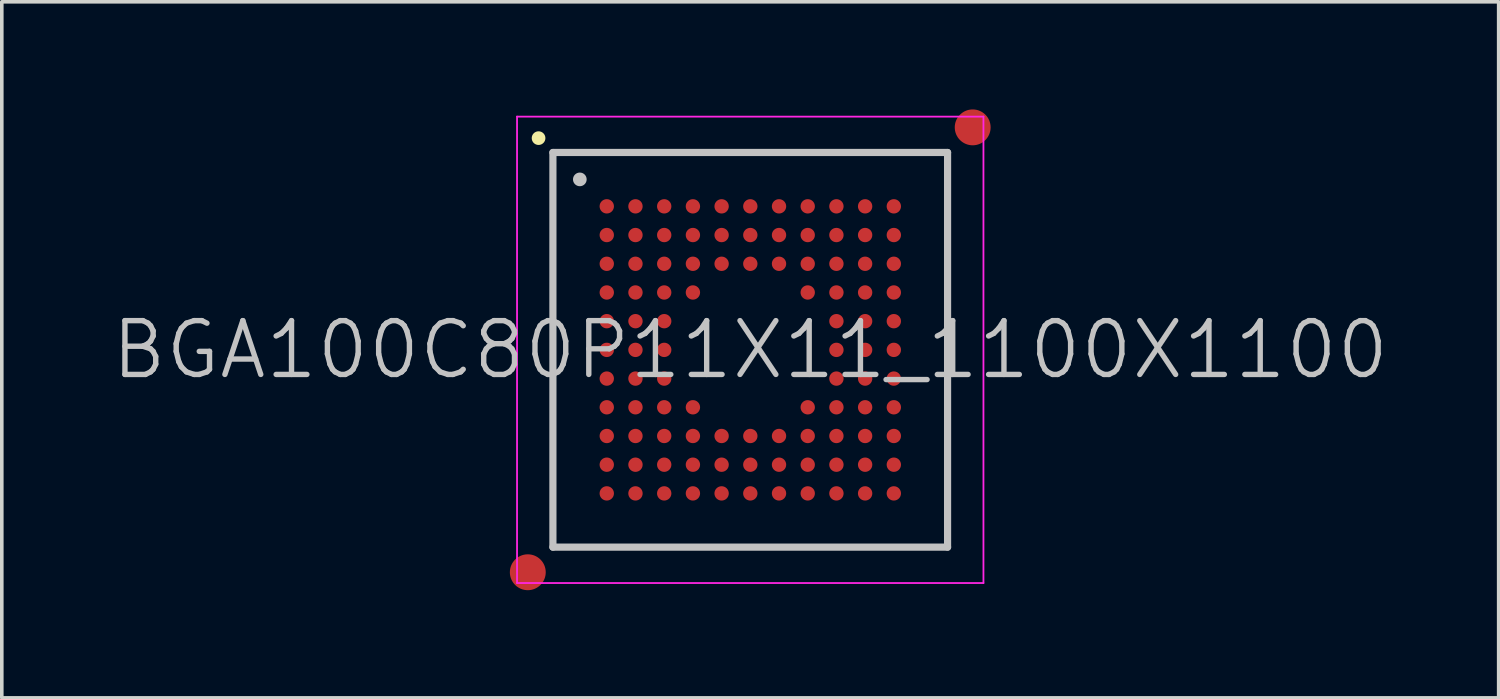
<source format=kicad_pcb>
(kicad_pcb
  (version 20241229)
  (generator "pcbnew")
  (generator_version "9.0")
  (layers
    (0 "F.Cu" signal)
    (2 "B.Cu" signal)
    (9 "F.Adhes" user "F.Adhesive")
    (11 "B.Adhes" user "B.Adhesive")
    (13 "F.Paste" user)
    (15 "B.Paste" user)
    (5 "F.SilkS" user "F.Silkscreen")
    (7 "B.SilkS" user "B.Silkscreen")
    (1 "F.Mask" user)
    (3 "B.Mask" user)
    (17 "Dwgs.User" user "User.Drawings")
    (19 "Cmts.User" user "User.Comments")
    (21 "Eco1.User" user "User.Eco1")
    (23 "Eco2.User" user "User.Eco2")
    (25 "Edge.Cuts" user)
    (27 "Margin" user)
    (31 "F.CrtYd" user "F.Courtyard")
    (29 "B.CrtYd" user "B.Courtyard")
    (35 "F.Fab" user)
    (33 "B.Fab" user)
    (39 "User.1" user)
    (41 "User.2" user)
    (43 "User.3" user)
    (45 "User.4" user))
  (footprint "BGA100C80P11X11_1100X1100"
    (layer "F.Cu")
    (at 17.861 6.7)
    (property "Reference" "BGA100C80P11X11_1100X1100" (at 0 0 0) (layer "Dwgs.User") (effects (font (size 1.5 1.5) (thickness 0.15))))
    (attr smd)
    (fp_line (start -5.9 -5.9) (end -5.9 -5.9) (stroke (width 0.381) (type solid)) (layer "F.SilkS"))
    (fp_line (start -5.5 -5.5) (end -5.5 5.5) (stroke (width 0.2) (type solid)) (layer "Dwgs.User"))
    (fp_line (start -5.5 -5.5) (end 5.5 -5.5) (stroke (width 0.2) (type solid)) (layer "Dwgs.User"))
    (fp_line (start -5.5 5.5) (end 5.5 5.5) (stroke (width 0.2) (type solid)) (layer "Dwgs.User"))
    (fp_line (start -4.75 -4.75) (end -4.75 -4.75) (stroke (width 0.381) (type solid)) (layer "Dwgs.User"))
    (fp_line (start 5.5 -5.5) (end 5.5 5.5) (stroke (width 0.2) (type solid)) (layer "Dwgs.User"))
    (fp_line (start -6.5 -6.5) (end -6.5 6.5) (stroke (width 0.05) (type solid)) (layer "F.CrtYd"))
    (fp_line (start -6.5 -6.5) (end 6.5 -6.5) (stroke (width 0.05) (type solid)) (layer "F.CrtYd"))
    (fp_line (start -6.5 6.5) (end 6.5 6.5) (stroke (width 0.05) (type solid)) (layer "F.CrtYd"))
    (fp_line (start 6.5 -6.5) (end 6.5 6.5) (stroke (width 0.05) (type solid)) (layer "F.CrtYd"))
    (pad "" smd circle (at -6.2 6.2) (size 1 1) (layers "F.Cu" "F.Mask"))
    (pad "" smd circle (at 6.2 -6.2) (size 1 1) (layers "F.Cu" "F.Mask"))
    (pad "A1" smd circle (at -3.999 -3.999) (size 0.4 0.4) (layers "F.Cu" "F.Mask" "F.Paste"))
    (pad "A2" smd circle (at -3.199 -3.999) (size 0.4 0.4) (layers "F.Cu" "F.Mask" "F.Paste"))
    (pad "A3" smd circle (at -2.398 -3.999) (size 0.4 0.4) (layers "F.Cu" "F.Mask" "F.Paste"))
    (pad "A4" smd circle (at -1.598 -3.999) (size 0.4 0.4) (layers "F.Cu" "F.Mask" "F.Paste"))
    (pad "A5" smd circle (at -0.798 -3.999) (size 0.4 0.4) (layers "F.Cu" "F.Mask" "F.Paste"))
    (pad "A6" smd circle (at 0.002 -3.999) (size 0.4 0.4) (layers "F.Cu" "F.Mask" "F.Paste"))
    (pad "A7" smd circle (at 0.802 -3.999) (size 0.4 0.4) (layers "F.Cu" "F.Mask" "F.Paste"))
    (pad "A8" smd circle (at 1.602 -3.999) (size 0.4 0.4) (layers "F.Cu" "F.Mask" "F.Paste"))
    (pad "A9" smd circle (at 2.402 -3.999) (size 0.4 0.4) (layers "F.Cu" "F.Mask" "F.Paste"))
    (pad "A10" smd circle (at 3.202 -3.999) (size 0.4 0.4) (layers "F.Cu" "F.Mask" "F.Paste"))
    (pad "A11" smd circle (at 4.002 -3.999) (size 0.4 0.4) (layers "F.Cu" "F.Mask" "F.Paste"))
    (pad "B1" smd circle (at -3.999 -3.199) (size 0.4 0.4) (layers "F.Cu" "F.Mask" "F.Paste"))
    (pad "B2" smd circle (at -3.199 -3.199) (size 0.4 0.4) (layers "F.Cu" "F.Mask" "F.Paste"))
    (pad "B3" smd circle (at -2.398 -3.199) (size 0.4 0.4) (layers "F.Cu" "F.Mask" "F.Paste"))
    (pad "B4" smd circle (at -1.598 -3.199) (size 0.4 0.4) (layers "F.Cu" "F.Mask" "F.Paste"))
    (pad "B5" smd circle (at -0.798 -3.199) (size 0.4 0.4) (layers "F.Cu" "F.Mask" "F.Paste"))
    (pad "B6" smd circle (at 0.002 -3.199) (size 0.4 0.4) (layers "F.Cu" "F.Mask" "F.Paste"))
    (pad "B7" smd circle (at 0.802 -3.199) (size 0.4 0.4) (layers "F.Cu" "F.Mask" "F.Paste"))
    (pad "B8" smd circle (at 1.602 -3.199) (size 0.4 0.4) (layers "F.Cu" "F.Mask" "F.Paste"))
    (pad "B9" smd circle (at 2.402 -3.199) (size 0.4 0.4) (layers "F.Cu" "F.Mask" "F.Paste"))
    (pad "B10" smd circle (at 3.202 -3.199) (size 0.4 0.4) (layers "F.Cu" "F.Mask" "F.Paste"))
    (pad "B11" smd circle (at 4.002 -3.199) (size 0.4 0.4) (layers "F.Cu" "F.Mask" "F.Paste"))
    (pad "C1" smd circle (at -3.999 -2.398) (size 0.4 0.4) (layers "F.Cu" "F.Mask" "F.Paste"))
    (pad "C2" smd circle (at -3.199 -2.398) (size 0.4 0.4) (layers "F.Cu" "F.Mask" "F.Paste"))
    (pad "C3" smd circle (at -2.398 -2.398) (size 0.4 0.4) (layers "F.Cu" "F.Mask" "F.Paste"))
    (pad "C4" smd circle (at -1.598 -2.398) (size 0.4 0.4) (layers "F.Cu" "F.Mask" "F.Paste"))
    (pad "C5" smd circle (at -0.798 -2.398) (size 0.4 0.4) (layers "F.Cu" "F.Mask" "F.Paste"))
    (pad "C6" smd circle (at 0.002 -2.398) (size 0.4 0.4) (layers "F.Cu" "F.Mask" "F.Paste"))
    (pad "C7" smd circle (at 0.802 -2.398) (size 0.4 0.4) (layers "F.Cu" "F.Mask" "F.Paste"))
    (pad "C8" smd circle (at 1.602 -2.398) (size 0.4 0.4) (layers "F.Cu" "F.Mask" "F.Paste"))
    (pad "C9" smd circle (at 2.402 -2.398) (size 0.4 0.4) (layers "F.Cu" "F.Mask" "F.Paste"))
    (pad "C10" smd circle (at 3.202 -2.398) (size 0.4 0.4) (layers "F.Cu" "F.Mask" "F.Paste"))
    (pad "C11" smd circle (at 4.002 -2.398) (size 0.4 0.4) (layers "F.Cu" "F.Mask" "F.Paste"))
    (pad "D1" smd circle (at -3.999 -1.598) (size 0.4 0.4) (layers "F.Cu" "F.Mask" "F.Paste"))
    (pad "D2" smd circle (at -3.199 -1.598) (size 0.4 0.4) (layers "F.Cu" "F.Mask" "F.Paste"))
    (pad "D3" smd circle (at -2.398 -1.598) (size 0.4 0.4) (layers "F.Cu" "F.Mask" "F.Paste"))
    (pad "D4" smd circle (at -1.598 -1.598) (size 0.4 0.4) (layers "F.Cu" "F.Mask" "F.Paste"))
    (pad "D8" smd circle (at 1.602 -1.598) (size 0.4 0.4) (layers "F.Cu" "F.Mask" "F.Paste"))
    (pad "D9" smd circle (at 2.402 -1.598) (size 0.4 0.4) (layers "F.Cu" "F.Mask" "F.Paste"))
    (pad "D10" smd circle (at 3.202 -1.598) (size 0.4 0.4) (layers "F.Cu" "F.Mask" "F.Paste"))
    (pad "D11" smd circle (at 4.002 -1.598) (size 0.4 0.4) (layers "F.Cu" "F.Mask" "F.Paste"))
    (pad "E1" smd circle (at -3.999 -0.798) (size 0.4 0.4) (layers "F.Cu" "F.Mask" "F.Paste"))
    (pad "E2" smd circle (at -3.199 -0.798) (size 0.4 0.4) (layers "F.Cu" "F.Mask" "F.Paste"))
    (pad "E3" smd circle (at -2.398 -0.798) (size 0.4 0.4) (layers "F.Cu" "F.Mask" "F.Paste"))
    (pad "E9" smd circle (at 2.402 -0.798) (size 0.4 0.4) (layers "F.Cu" "F.Mask" "F.Paste"))
    (pad "E10" smd circle (at 3.202 -0.798) (size 0.4 0.4) (layers "F.Cu" "F.Mask" "F.Paste"))
    (pad "E11" smd circle (at 4.002 -0.798) (size 0.4 0.4) (layers "F.Cu" "F.Mask" "F.Paste"))
    (pad "F1" smd circle (at -3.999 0.002) (size 0.4 0.4) (layers "F.Cu" "F.Mask" "F.Paste"))
    (pad "F2" smd circle (at -3.199 0.002) (size 0.4 0.4) (layers "F.Cu" "F.Mask" "F.Paste"))
    (pad "F3" smd circle (at -2.398 0.002) (size 0.4 0.4) (layers "F.Cu" "F.Mask" "F.Paste"))
    (pad "F9" smd circle (at 2.402 0.002) (size 0.4 0.4) (layers "F.Cu" "F.Mask" "F.Paste"))
    (pad "F10" smd circle (at 3.202 0.002) (size 0.4 0.4) (layers "F.Cu" "F.Mask" "F.Paste"))
    (pad "F11" smd circle (at 4.002 0.002) (size 0.4 0.4) (layers "F.Cu" "F.Mask" "F.Paste"))
    (pad "G1" smd circle (at -3.999 0.802) (size 0.4 0.4) (layers "F.Cu" "F.Mask" "F.Paste"))
    (pad "G2" smd circle (at -3.199 0.802) (size 0.4 0.4) (layers "F.Cu" "F.Mask" "F.Paste"))
    (pad "G3" smd circle (at -2.398 0.802) (size 0.4 0.4) (layers "F.Cu" "F.Mask" "F.Paste"))
    (pad "G9" smd circle (at 2.402 0.802) (size 0.4 0.4) (layers "F.Cu" "F.Mask" "F.Paste"))
    (pad "G10" smd circle (at 3.202 0.802) (size 0.4 0.4) (layers "F.Cu" "F.Mask" "F.Paste"))
    (pad "G11" smd circle (at 4.002 0.802) (size 0.4 0.4) (layers "F.Cu" "F.Mask" "F.Paste"))
    (pad "H1" smd circle (at -3.999 1.602) (size 0.4 0.4) (layers "F.Cu" "F.Mask" "F.Paste"))
    (pad "H2" smd circle (at -3.199 1.602) (size 0.4 0.4) (layers "F.Cu" "F.Mask" "F.Paste"))
    (pad "H3" smd circle (at -2.398 1.602) (size 0.4 0.4) (layers "F.Cu" "F.Mask" "F.Paste"))
    (pad "H4" smd circle (at -1.598 1.602) (size 0.4 0.4) (layers "F.Cu" "F.Mask" "F.Paste"))
    (pad "H8" smd circle (at 1.602 1.602) (size 0.4 0.4) (layers "F.Cu" "F.Mask" "F.Paste"))
    (pad "H9" smd circle (at 2.402 1.602) (size 0.4 0.4) (layers "F.Cu" "F.Mask" "F.Paste"))
    (pad "H10" smd circle (at 3.202 1.602) (size 0.4 0.4) (layers "F.Cu" "F.Mask" "F.Paste"))
    (pad "H11" smd circle (at 4.002 1.602) (size 0.4 0.4) (layers "F.Cu" "F.Mask" "F.Paste"))
    (pad "J1" smd circle (at -3.999 2.402) (size 0.4 0.4) (layers "F.Cu" "F.Mask" "F.Paste"))
    (pad "J2" smd circle (at -3.199 2.402) (size 0.4 0.4) (layers "F.Cu" "F.Mask" "F.Paste"))
    (pad "J3" smd circle (at -2.398 2.402) (size 0.4 0.4) (layers "F.Cu" "F.Mask" "F.Paste"))
    (pad "J4" smd circle (at -1.598 2.402) (size 0.4 0.4) (layers "F.Cu" "F.Mask" "F.Paste"))
    (pad "J5" smd circle (at -0.798 2.402) (size 0.4 0.4) (layers "F.Cu" "F.Mask" "F.Paste"))
    (pad "J6" smd circle (at 0.002 2.402) (size 0.4 0.4) (layers "F.Cu" "F.Mask" "F.Paste"))
    (pad "J7" smd circle (at 0.802 2.402) (size 0.4 0.4) (layers "F.Cu" "F.Mask" "F.Paste"))
    (pad "J8" smd circle (at 1.602 2.402) (size 0.4 0.4) (layers "F.Cu" "F.Mask" "F.Paste"))
    (pad "J9" smd circle (at 2.402 2.402) (size 0.4 0.4) (layers "F.Cu" "F.Mask" "F.Paste"))
    (pad "J10" smd circle (at 3.202 2.402) (size 0.4 0.4) (layers "F.Cu" "F.Mask" "F.Paste"))
    (pad "J11" smd circle (at 4.002 2.402) (size 0.4 0.4) (layers "F.Cu" "F.Mask" "F.Paste"))
    (pad "K1" smd circle (at -3.999 3.202) (size 0.4 0.4) (layers "F.Cu" "F.Mask" "F.Paste"))
    (pad "K2" smd circle (at -3.199 3.202) (size 0.4 0.4) (layers "F.Cu" "F.Mask" "F.Paste"))
    (pad "K3" smd circle (at -2.398 3.202) (size 0.4 0.4) (layers "F.Cu" "F.Mask" "F.Paste"))
    (pad "K4" smd circle (at -1.598 3.202) (size 0.4 0.4) (layers "F.Cu" "F.Mask" "F.Paste"))
    (pad "K5" smd circle (at -0.798 3.202) (size 0.4 0.4) (layers "F.Cu" "F.Mask" "F.Paste"))
    (pad "K6" smd circle (at 0.002 3.202) (size 0.4 0.4) (layers "F.Cu" "F.Mask" "F.Paste"))
    (pad "K7" smd circle (at 0.802 3.202) (size 0.4 0.4) (layers "F.Cu" "F.Mask" "F.Paste"))
    (pad "K8" smd circle (at 1.602 3.202) (size 0.4 0.4) (layers "F.Cu" "F.Mask" "F.Paste"))
    (pad "K9" smd circle (at 2.402 3.202) (size 0.4 0.4) (layers "F.Cu" "F.Mask" "F.Paste"))
    (pad "K10" smd circle (at 3.202 3.202) (size 0.4 0.4) (layers "F.Cu" "F.Mask" "F.Paste"))
    (pad "K11" smd circle (at 4.002 3.202) (size 0.4 0.4) (layers "F.Cu" "F.Mask" "F.Paste"))
    (pad "L1" smd circle (at -3.999 4.002) (size 0.4 0.4) (layers "F.Cu" "F.Mask" "F.Paste"))
    (pad "L2" smd circle (at -3.199 4.002) (size 0.4 0.4) (layers "F.Cu" "F.Mask" "F.Paste"))
    (pad "L3" smd circle (at -2.398 4.002) (size 0.4 0.4) (layers "F.Cu" "F.Mask" "F.Paste"))
    (pad "L4" smd circle (at -1.598 4.002) (size 0.4 0.4) (layers "F.Cu" "F.Mask" "F.Paste"))
    (pad "L5" smd circle (at -0.798 4.002) (size 0.4 0.4) (layers "F.Cu" "F.Mask" "F.Paste"))
    (pad "L6" smd circle (at 0.002 4.002) (size 0.4 0.4) (layers "F.Cu" "F.Mask" "F.Paste"))
    (pad "L7" smd circle (at 0.802 4.002) (size 0.4 0.4) (layers "F.Cu" "F.Mask" "F.Paste"))
    (pad "L8" smd circle (at 1.602 4.002) (size 0.4 0.4) (layers "F.Cu" "F.Mask" "F.Paste"))
    (pad "L9" smd circle (at 2.402 4.002) (size 0.4 0.4) (layers "F.Cu" "F.Mask" "F.Paste"))
    (pad "L10" smd circle (at 3.202 4.002) (size 0.4 0.4) (layers "F.Cu" "F.Mask" "F.Paste"))
    (pad "L11" smd circle (at 4.002 4.002) (size 0.4 0.4) (layers "F.Cu" "F.Mask" "F.Paste")))
  (gr_rect
    (start -3 -3)
    (end 38.721 16.4)
    (stroke (width 0.1) (type default))
    (fill no)
    (layer "Edge.Cuts")))
</source>
